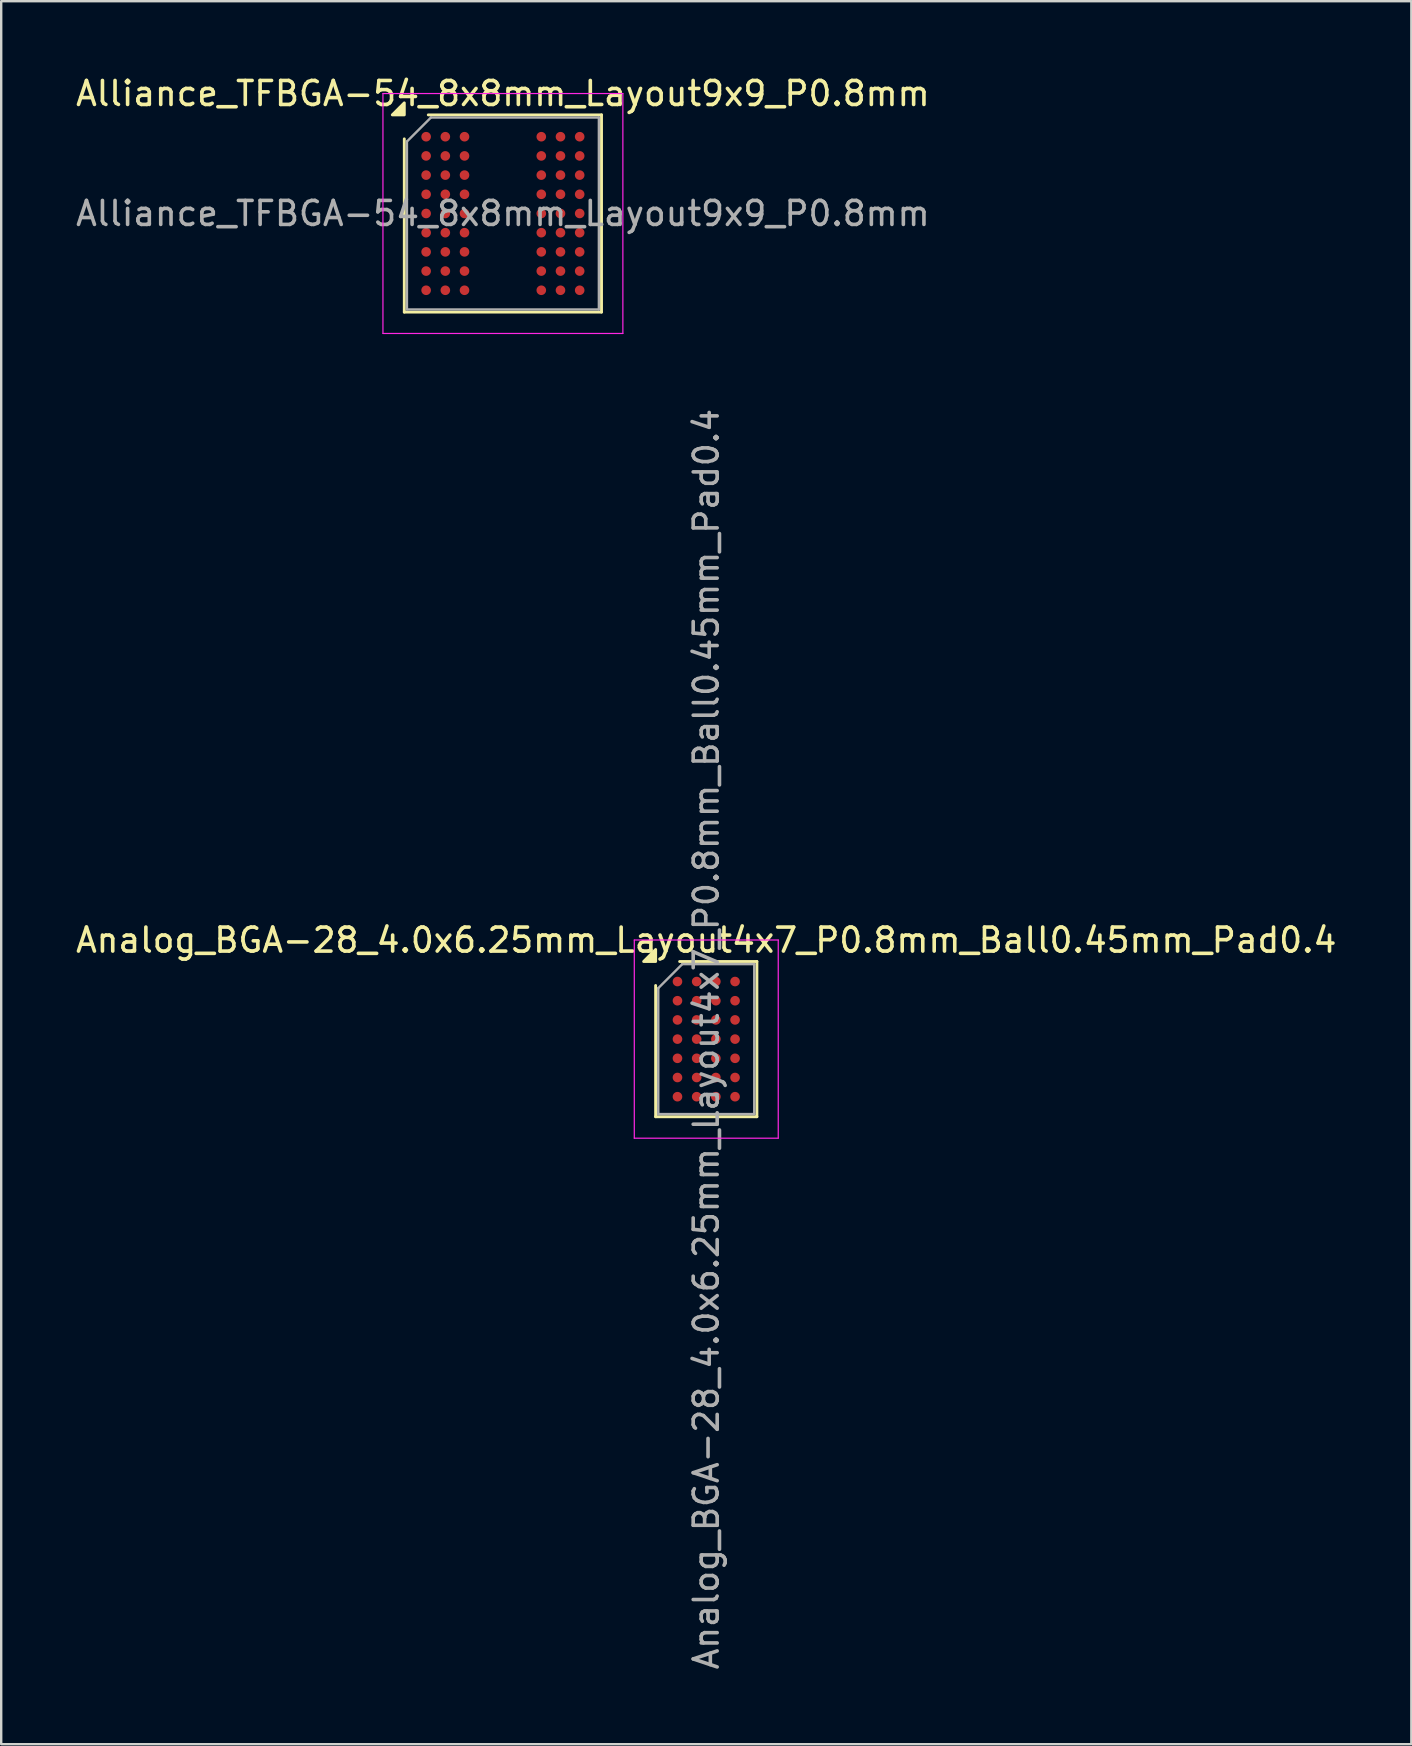
<source format=kicad_pcb>
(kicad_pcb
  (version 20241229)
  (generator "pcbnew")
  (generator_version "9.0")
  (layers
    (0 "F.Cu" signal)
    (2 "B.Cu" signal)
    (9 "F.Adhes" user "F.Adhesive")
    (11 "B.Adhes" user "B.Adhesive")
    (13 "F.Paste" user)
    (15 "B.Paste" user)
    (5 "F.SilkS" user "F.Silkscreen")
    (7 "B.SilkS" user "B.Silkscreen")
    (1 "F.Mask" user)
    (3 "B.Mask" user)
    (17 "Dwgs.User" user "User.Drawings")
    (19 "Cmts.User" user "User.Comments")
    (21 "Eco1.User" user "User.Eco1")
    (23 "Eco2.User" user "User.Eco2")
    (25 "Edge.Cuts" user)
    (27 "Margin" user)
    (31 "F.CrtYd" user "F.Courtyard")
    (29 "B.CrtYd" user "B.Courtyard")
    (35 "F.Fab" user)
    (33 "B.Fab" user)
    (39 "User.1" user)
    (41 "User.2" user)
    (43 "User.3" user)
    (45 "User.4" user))
  (footprint "Analog_BGA-28_4.0x6.25mm_Layout4x7_P0.8mm_Ball0.45mm_Pad0.4"
    (layer "F.Cu")
    (at 26.387 40.26)
    (property "Reference" "Analog_BGA-28_4.0x6.25mm_Layout4x7_P0.8mm_Ball0.45mm_Pad0.4" (at 0 -4.125 0) (layer "F.SilkS") (effects (font (size 1 1) (thickness 0.15))))
    (attr smd)
    (fp_line (start -2.11 3.235) (end -2.11 -2.235) (stroke (width 0.12) (type solid)) (layer "F.SilkS"))
    (fp_line (start -1.11 -3.235) (end 2.11 -3.235) (stroke (width 0.12) (type solid)) (layer "F.SilkS"))
    (fp_line (start 2.11 -3.235) (end 2.11 3.235) (stroke (width 0.12) (type solid)) (layer "F.SilkS"))
    (fp_line (start 2.11 3.235) (end -2.11 3.235) (stroke (width 0.12) (type solid)) (layer "F.SilkS"))
    (fp_poly (pts (xy -2.11 -3.235) (xy -2.61 -3.235) (xy -2.11 -3.735) (xy -2.11 -3.235)) (stroke (width 0.12) (type solid)) (fill yes) (layer "F.SilkS"))
    (fp_line (start -3 -4.13) (end -3 4.13) (stroke (width 0.05) (type solid)) (layer "F.CrtYd"))
    (fp_line (start -3 4.13) (end 3 4.13) (stroke (width 0.05) (type solid)) (layer "F.CrtYd"))
    (fp_line (start 3 -4.13) (end -3 -4.13) (stroke (width 0.05) (type solid)) (layer "F.CrtYd"))
    (fp_line (start 3 4.13) (end 3 -4.13) (stroke (width 0.05) (type solid)) (layer "F.CrtYd"))
    (fp_line (start -2 -2.125) (end -1 -3.125) (stroke (width 0.1) (type solid)) (layer "F.Fab"))
    (fp_line (start -2 3.125) (end -2 -2.125) (stroke (width 0.1) (type solid)) (layer "F.Fab"))
    (fp_line (start -1 -3.125) (end 2 -3.125) (stroke (width 0.1) (type solid)) (layer "F.Fab"))
    (fp_line (start 2 -3.125) (end 2 3.125) (stroke (width 0.1) (type solid)) (layer "F.Fab"))
    (fp_line (start 2 3.125) (end -2 3.125) (stroke (width 0.1) (type solid)) (layer "F.Fab"))
    (fp_text user "${REFERENCE}" (at 0 0 270) (layer "F.Fab") (effects (font (size 1 1) (thickness 0.15))))
    (pad "A1" smd circle (at -1.2 -2.4) (size 0.4 0.4) (property pad_prop_bga) (layers "F.Cu" "F.Mask" "F.Paste"))
    (pad "A2" smd circle (at -0.4 -2.4) (size 0.4 0.4) (property pad_prop_bga) (layers "F.Cu" "F.Mask" "F.Paste"))
    (pad "A3" smd circle (at 0.4 -2.4) (size 0.4 0.4) (property pad_prop_bga) (layers "F.Cu" "F.Mask" "F.Paste"))
    (pad "A4" smd circle (at 1.2 -2.4) (size 0.4 0.4) (property pad_prop_bga) (layers "F.Cu" "F.Mask" "F.Paste"))
    (pad "B1" smd circle (at -1.2 -1.6) (size 0.4 0.4) (property pad_prop_bga) (layers "F.Cu" "F.Mask" "F.Paste"))
    (pad "B2" smd circle (at -0.4 -1.6) (size 0.4 0.4) (property pad_prop_bga) (layers "F.Cu" "F.Mask" "F.Paste"))
    (pad "B3" smd circle (at 0.4 -1.6) (size 0.4 0.4) (property pad_prop_bga) (layers "F.Cu" "F.Mask" "F.Paste"))
    (pad "B4" smd circle (at 1.2 -1.6) (size 0.4 0.4) (property pad_prop_bga) (layers "F.Cu" "F.Mask" "F.Paste"))
    (pad "C1" smd circle (at -1.2 -0.8) (size 0.4 0.4) (property pad_prop_bga) (layers "F.Cu" "F.Mask" "F.Paste"))
    (pad "C2" smd circle (at -0.4 -0.8) (size 0.4 0.4) (property pad_prop_bga) (layers "F.Cu" "F.Mask" "F.Paste"))
    (pad "C3" smd circle (at 0.4 -0.8) (size 0.4 0.4) (property pad_prop_bga) (layers "F.Cu" "F.Mask" "F.Paste"))
    (pad "C4" smd circle (at 1.2 -0.8) (size 0.4 0.4) (property pad_prop_bga) (layers "F.Cu" "F.Mask" "F.Paste"))
    (pad "D1" smd circle (at -1.2 0) (size 0.4 0.4) (property pad_prop_bga) (layers "F.Cu" "F.Mask" "F.Paste"))
    (pad "D2" smd circle (at -0.4 0) (size 0.4 0.4) (property pad_prop_bga) (layers "F.Cu" "F.Mask" "F.Paste"))
    (pad "D3" smd circle (at 0.4 0) (size 0.4 0.4) (property pad_prop_bga) (layers "F.Cu" "F.Mask" "F.Paste"))
    (pad "D4" smd circle (at 1.2 0) (size 0.4 0.4) (property pad_prop_bga) (layers "F.Cu" "F.Mask" "F.Paste"))
    (pad "E1" smd circle (at -1.2 0.8) (size 0.4 0.4) (property pad_prop_bga) (layers "F.Cu" "F.Mask" "F.Paste"))
    (pad "E2" smd circle (at -0.4 0.8) (size 0.4 0.4) (property pad_prop_bga) (layers "F.Cu" "F.Mask" "F.Paste"))
    (pad "E3" smd circle (at 0.4 0.8) (size 0.4 0.4) (property pad_prop_bga) (layers "F.Cu" "F.Mask" "F.Paste"))
    (pad "E4" smd circle (at 1.2 0.8) (size 0.4 0.4) (property pad_prop_bga) (layers "F.Cu" "F.Mask" "F.Paste"))
    (pad "F1" smd circle (at -1.2 1.6) (size 0.4 0.4) (property pad_prop_bga) (layers "F.Cu" "F.Mask" "F.Paste"))
    (pad "F2" smd circle (at -0.4 1.6) (size 0.4 0.4) (property pad_prop_bga) (layers "F.Cu" "F.Mask" "F.Paste"))
    (pad "F3" smd circle (at 0.4 1.6) (size 0.4 0.4) (property pad_prop_bga) (layers "F.Cu" "F.Mask" "F.Paste"))
    (pad "F4" smd circle (at 1.2 1.6) (size 0.4 0.4) (property pad_prop_bga) (layers "F.Cu" "F.Mask" "F.Paste"))
    (pad "G1" smd circle (at -1.2 2.4) (size 0.4 0.4) (property pad_prop_bga) (layers "F.Cu" "F.Mask" "F.Paste"))
    (pad "G2" smd circle (at -0.4 2.4) (size 0.4 0.4) (property pad_prop_bga) (layers "F.Cu" "F.Mask" "F.Paste"))
    (pad "G3" smd circle (at 0.4 2.4) (size 0.4 0.4) (property pad_prop_bga) (layers "F.Cu" "F.Mask" "F.Paste"))
    (pad "G4" smd circle (at 1.2 2.4) (size 0.4 0.4) (property pad_prop_bga) (layers "F.Cu" "F.Mask" "F.Paste")))
  (footprint "Alliance_TFBGA-54_8x8mm_Layout9x9_P0.8mm"
    (layer "F.Cu")
    (at 17.911 5.848)
    (property "Reference" "Alliance_TFBGA-54_8x8mm_Layout9x9_P0.8mm" (at 0 -5 0) (layer "F.SilkS") (effects (font (size 1 1) (thickness 0.15))))
    (attr smd)
    (fp_line (start -4.11 4.11) (end -4.11 -3.11) (stroke (width 0.12) (type solid)) (layer "F.SilkS"))
    (fp_line (start -3.11 -4.11) (end 4.11 -4.11) (stroke (width 0.12) (type solid)) (layer "F.SilkS"))
    (fp_line (start 4.11 -4.11) (end 4.11 4.11) (stroke (width 0.12) (type solid)) (layer "F.SilkS"))
    (fp_line (start 4.11 4.11) (end -4.11 4.11) (stroke (width 0.12) (type solid)) (layer "F.SilkS"))
    (fp_poly (pts (xy -4.11 -4.11) (xy -4.61 -4.11) (xy -4.11 -4.61) (xy -4.11 -4.11)) (stroke (width 0.12) (type solid)) (fill yes) (layer "F.SilkS"))
    (fp_line (start -5 -5) (end -5 5) (stroke (width 0.05) (type solid)) (layer "F.CrtYd"))
    (fp_line (start -5 5) (end 5 5) (stroke (width 0.05) (type solid)) (layer "F.CrtYd"))
    (fp_line (start 5 -5) (end -5 -5) (stroke (width 0.05) (type solid)) (layer "F.CrtYd"))
    (fp_line (start 5 5) (end 5 -5) (stroke (width 0.05) (type solid)) (layer "F.CrtYd"))
    (fp_line (start -4 -3) (end -3 -4) (stroke (width 0.1) (type solid)) (layer "F.Fab"))
    (fp_line (start -4 4) (end -4 -3) (stroke (width 0.1) (type solid)) (layer "F.Fab"))
    (fp_line (start -3 -4) (end 4 -4) (stroke (width 0.1) (type solid)) (layer "F.Fab"))
    (fp_line (start 4 -4) (end 4 4) (stroke (width 0.1) (type solid)) (layer "F.Fab"))
    (fp_line (start 4 4) (end -4 4) (stroke (width 0.1) (type solid)) (layer "F.Fab"))
    (fp_text user "${REFERENCE}" (at 0 0 0) (layer "F.Fab") (effects (font (size 1 1) (thickness 0.15))))
    (pad "A1" smd circle (at -3.2 -3.2) (size 0.4 0.4) (property pad_prop_bga) (layers "F.Cu" "F.Mask" "F.Paste"))
    (pad "A2" smd circle (at -2.4 -3.2) (size 0.4 0.4) (property pad_prop_bga) (layers "F.Cu" "F.Mask" "F.Paste"))
    (pad "A3" smd circle (at -1.6 -3.2) (size 0.4 0.4) (property pad_prop_bga) (layers "F.Cu" "F.Mask" "F.Paste"))
    (pad "A7" smd circle (at 1.6 -3.2) (size 0.4 0.4) (property pad_prop_bga) (layers "F.Cu" "F.Mask" "F.Paste"))
    (pad "A8" smd circle (at 2.4 -3.2) (size 0.4 0.4) (property pad_prop_bga) (layers "F.Cu" "F.Mask" "F.Paste"))
    (pad "A9" smd circle (at 3.2 -3.2) (size 0.4 0.4) (property pad_prop_bga) (layers "F.Cu" "F.Mask" "F.Paste"))
    (pad "B1" smd circle (at -3.2 -2.4) (size 0.4 0.4) (property pad_prop_bga) (layers "F.Cu" "F.Mask" "F.Paste"))
    (pad "B2" smd circle (at -2.4 -2.4) (size 0.4 0.4) (property pad_prop_bga) (layers "F.Cu" "F.Mask" "F.Paste"))
    (pad "B3" smd circle (at -1.6 -2.4) (size 0.4 0.4) (property pad_prop_bga) (layers "F.Cu" "F.Mask" "F.Paste"))
    (pad "B7" smd circle (at 1.6 -2.4) (size 0.4 0.4) (property pad_prop_bga) (layers "F.Cu" "F.Mask" "F.Paste"))
    (pad "B8" smd circle (at 2.4 -2.4) (size 0.4 0.4) (property pad_prop_bga) (layers "F.Cu" "F.Mask" "F.Paste"))
    (pad "B9" smd circle (at 3.2 -2.4) (size 0.4 0.4) (property pad_prop_bga) (layers "F.Cu" "F.Mask" "F.Paste"))
    (pad "C1" smd circle (at -3.2 -1.6) (size 0.4 0.4) (property pad_prop_bga) (layers "F.Cu" "F.Mask" "F.Paste"))
    (pad "C2" smd circle (at -2.4 -1.6) (size 0.4 0.4) (property pad_prop_bga) (layers "F.Cu" "F.Mask" "F.Paste"))
    (pad "C3" smd circle (at -1.6 -1.6) (size 0.4 0.4) (property pad_prop_bga) (layers "F.Cu" "F.Mask" "F.Paste"))
    (pad "C7" smd circle (at 1.6 -1.6) (size 0.4 0.4) (property pad_prop_bga) (layers "F.Cu" "F.Mask" "F.Paste"))
    (pad "C8" smd circle (at 2.4 -1.6) (size 0.4 0.4) (property pad_prop_bga) (layers "F.Cu" "F.Mask" "F.Paste"))
    (pad "C9" smd circle (at 3.2 -1.6) (size 0.4 0.4) (property pad_prop_bga) (layers "F.Cu" "F.Mask" "F.Paste"))
    (pad "D1" smd circle (at -3.2 -0.8) (size 0.4 0.4) (property pad_prop_bga) (layers "F.Cu" "F.Mask" "F.Paste"))
    (pad "D2" smd circle (at -2.4 -0.8) (size 0.4 0.4) (property pad_prop_bga) (layers "F.Cu" "F.Mask" "F.Paste"))
    (pad "D3" smd circle (at -1.6 -0.8) (size 0.4 0.4) (property pad_prop_bga) (layers "F.Cu" "F.Mask" "F.Paste"))
    (pad "D7" smd circle (at 1.6 -0.8) (size 0.4 0.4) (property pad_prop_bga) (layers "F.Cu" "F.Mask" "F.Paste"))
    (pad "D8" smd circle (at 2.4 -0.8) (size 0.4 0.4) (property pad_prop_bga) (layers "F.Cu" "F.Mask" "F.Paste"))
    (pad "D9" smd circle (at 3.2 -0.8) (size 0.4 0.4) (property pad_prop_bga) (layers "F.Cu" "F.Mask" "F.Paste"))
    (pad "E1" smd circle (at -3.2 0) (size 0.4 0.4) (property pad_prop_bga) (layers "F.Cu" "F.Mask" "F.Paste"))
    (pad "E2" smd circle (at -2.4 0) (size 0.4 0.4) (property pad_prop_bga) (layers "F.Cu" "F.Mask" "F.Paste"))
    (pad "E3" smd circle (at -1.6 0) (size 0.4 0.4) (property pad_prop_bga) (layers "F.Cu" "F.Mask" "F.Paste"))
    (pad "E7" smd circle (at 1.6 0) (size 0.4 0.4) (property pad_prop_bga) (layers "F.Cu" "F.Mask" "F.Paste"))
    (pad "E8" smd circle (at 2.4 0) (size 0.4 0.4) (property pad_prop_bga) (layers "F.Cu" "F.Mask" "F.Paste"))
    (pad "E9" smd circle (at 3.2 0) (size 0.4 0.4) (property pad_prop_bga) (layers "F.Cu" "F.Mask" "F.Paste"))
    (pad "F1" smd circle (at -3.2 0.8) (size 0.4 0.4) (property pad_prop_bga) (layers "F.Cu" "F.Mask" "F.Paste"))
    (pad "F2" smd circle (at -2.4 0.8) (size 0.4 0.4) (property pad_prop_bga) (layers "F.Cu" "F.Mask" "F.Paste"))
    (pad "F3" smd circle (at -1.6 0.8) (size 0.4 0.4) (property pad_prop_bga) (layers "F.Cu" "F.Mask" "F.Paste"))
    (pad "F7" smd circle (at 1.6 0.8) (size 0.4 0.4) (property pad_prop_bga) (layers "F.Cu" "F.Mask" "F.Paste"))
    (pad "F8" smd circle (at 2.4 0.8) (size 0.4 0.4) (property pad_prop_bga) (layers "F.Cu" "F.Mask" "F.Paste"))
    (pad "F9" smd circle (at 3.2 0.8) (size 0.4 0.4) (property pad_prop_bga) (layers "F.Cu" "F.Mask" "F.Paste"))
    (pad "G1" smd circle (at -3.2 1.6) (size 0.4 0.4) (property pad_prop_bga) (layers "F.Cu" "F.Mask" "F.Paste"))
    (pad "G2" smd circle (at -2.4 1.6) (size 0.4 0.4) (property pad_prop_bga) (layers "F.Cu" "F.Mask" "F.Paste"))
    (pad "G3" smd circle (at -1.6 1.6) (size 0.4 0.4) (property pad_prop_bga) (layers "F.Cu" "F.Mask" "F.Paste"))
    (pad "G7" smd circle (at 1.6 1.6) (size 0.4 0.4) (property pad_prop_bga) (layers "F.Cu" "F.Mask" "F.Paste"))
    (pad "G8" smd circle (at 2.4 1.6) (size 0.4 0.4) (property pad_prop_bga) (layers "F.Cu" "F.Mask" "F.Paste"))
    (pad "G9" smd circle (at 3.2 1.6) (size 0.4 0.4) (property pad_prop_bga) (layers "F.Cu" "F.Mask" "F.Paste"))
    (pad "H1" smd circle (at -3.2 2.4) (size 0.4 0.4) (property pad_prop_bga) (layers "F.Cu" "F.Mask" "F.Paste"))
    (pad "H2" smd circle (at -2.4 2.4) (size 0.4 0.4) (property pad_prop_bga) (layers "F.Cu" "F.Mask" "F.Paste"))
    (pad "H3" smd circle (at -1.6 2.4) (size 0.4 0.4) (property pad_prop_bga) (layers "F.Cu" "F.Mask" "F.Paste"))
    (pad "H7" smd circle (at 1.6 2.4) (size 0.4 0.4) (property pad_prop_bga) (layers "F.Cu" "F.Mask" "F.Paste"))
    (pad "H8" smd circle (at 2.4 2.4) (size 0.4 0.4) (property pad_prop_bga) (layers "F.Cu" "F.Mask" "F.Paste"))
    (pad "H9" smd circle (at 3.2 2.4) (size 0.4 0.4) (property pad_prop_bga) (layers "F.Cu" "F.Mask" "F.Paste"))
    (pad "J1" smd circle (at -3.2 3.2) (size 0.4 0.4) (property pad_prop_bga) (layers "F.Cu" "F.Mask" "F.Paste"))
    (pad "J2" smd circle (at -2.4 3.2) (size 0.4 0.4) (property pad_prop_bga) (layers "F.Cu" "F.Mask" "F.Paste"))
    (pad "J3" smd circle (at -1.6 3.2) (size 0.4 0.4) (property pad_prop_bga) (layers "F.Cu" "F.Mask" "F.Paste"))
    (pad "J7" smd circle (at 1.6 3.2) (size 0.4 0.4) (property pad_prop_bga) (layers "F.Cu" "F.Mask" "F.Paste"))
    (pad "J8" smd circle (at 2.4 3.2) (size 0.4 0.4) (property pad_prop_bga) (layers "F.Cu" "F.Mask" "F.Paste"))
    (pad "J9" smd circle (at 3.2 3.2) (size 0.4 0.4) (property pad_prop_bga) (layers "F.Cu" "F.Mask" "F.Paste")))
  (gr_rect
    (start -3 -3)
    (end 55.774 69.647)
    (stroke (width 0.1) (type default))
    (fill no)
    (layer "Edge.Cuts")))
</source>
